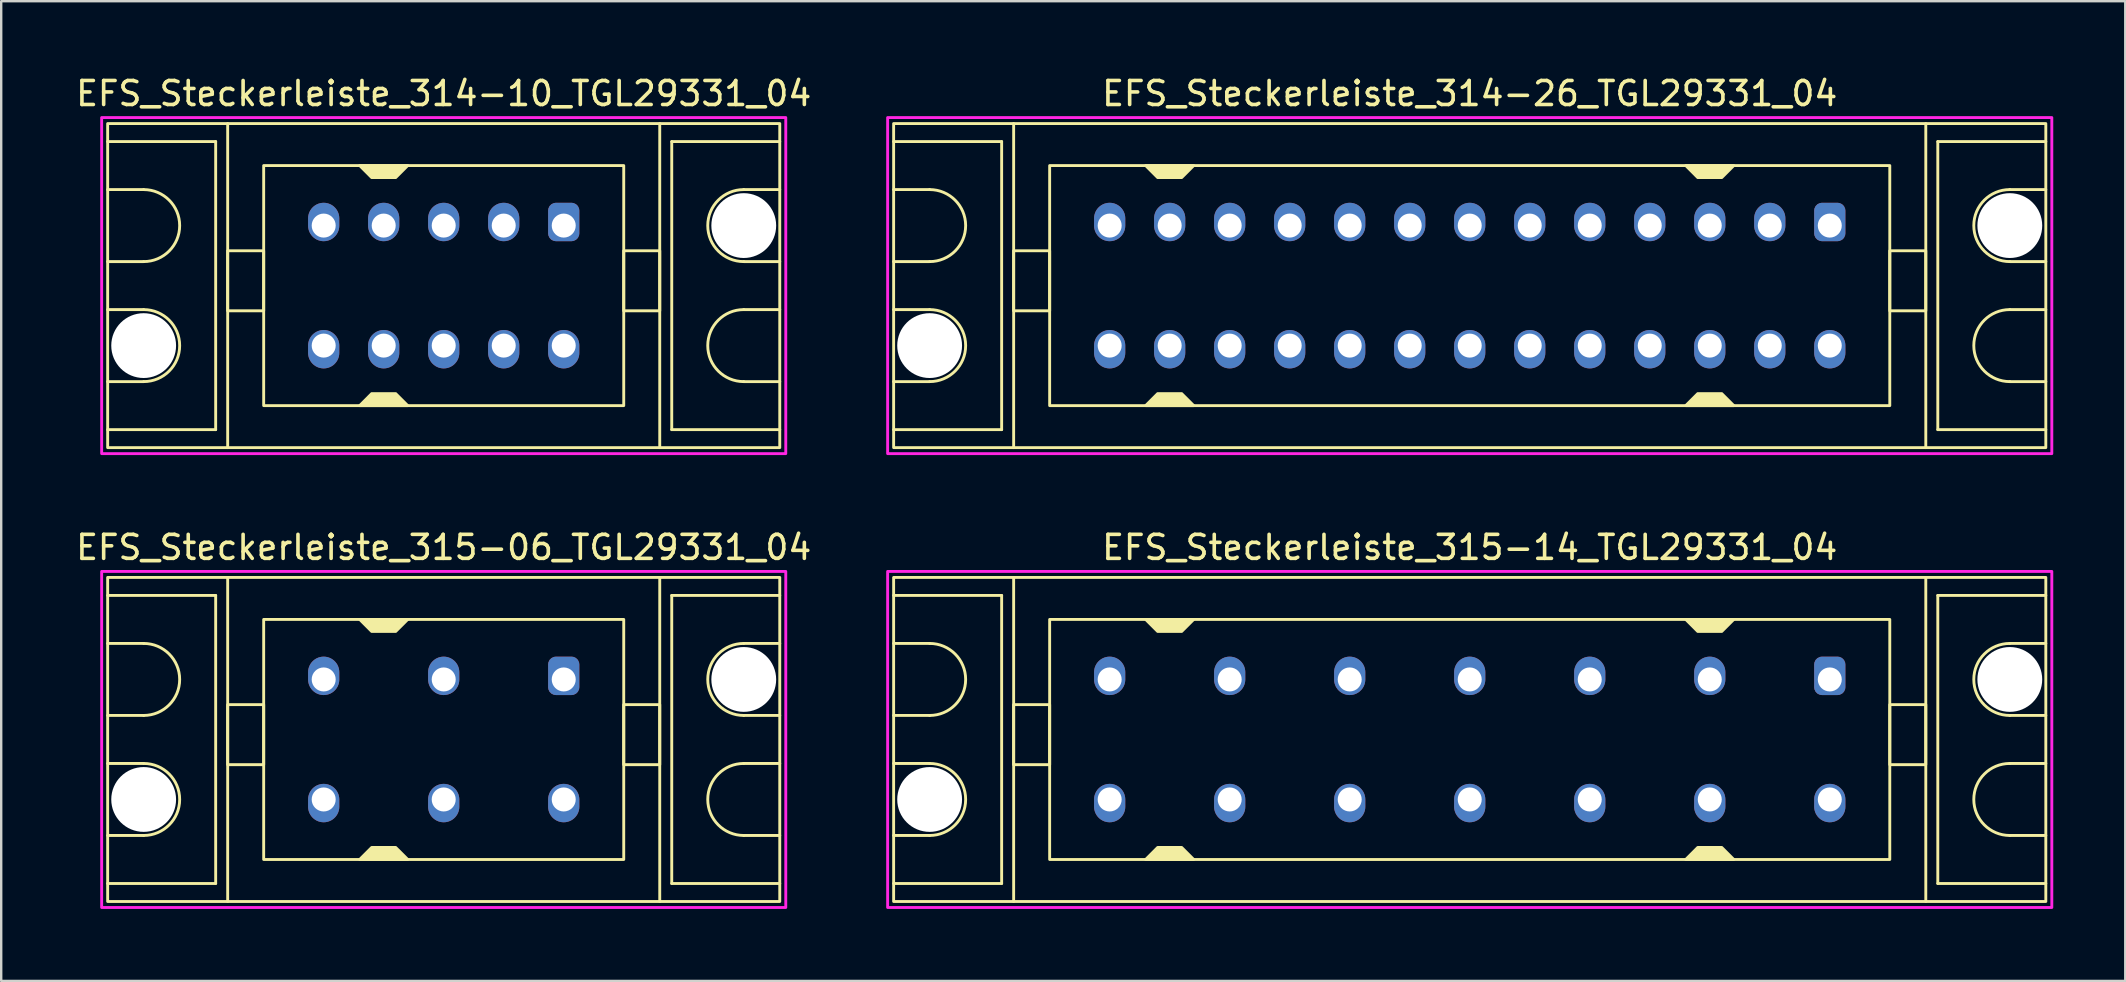
<source format=kicad_pcb>
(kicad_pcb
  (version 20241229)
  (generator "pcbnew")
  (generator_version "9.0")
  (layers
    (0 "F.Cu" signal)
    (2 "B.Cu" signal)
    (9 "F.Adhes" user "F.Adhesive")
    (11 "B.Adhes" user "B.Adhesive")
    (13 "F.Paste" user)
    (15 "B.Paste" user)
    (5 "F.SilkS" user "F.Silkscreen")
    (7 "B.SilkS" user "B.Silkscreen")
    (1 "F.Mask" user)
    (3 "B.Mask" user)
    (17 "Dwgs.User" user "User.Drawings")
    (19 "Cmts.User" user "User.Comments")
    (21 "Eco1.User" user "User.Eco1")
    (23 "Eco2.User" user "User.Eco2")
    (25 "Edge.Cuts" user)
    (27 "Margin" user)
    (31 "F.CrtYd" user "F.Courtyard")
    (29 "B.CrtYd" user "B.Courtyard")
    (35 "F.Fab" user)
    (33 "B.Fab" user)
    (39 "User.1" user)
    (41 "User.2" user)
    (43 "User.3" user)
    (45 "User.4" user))
  (footprint "EFS_Steckerleiste_315-06_TGL29331_04"
    (layer "F.Cu")
    (at 15.435 27.756)
    (property "Reference" "EFS_Steckerleiste_315-06_TGL29331_04" (at 0 -8 180) (layer "F.SilkS") (effects (font (size 1 1) (thickness 0.15))))
    (attr through_hole)
    (fp_line (start -14 -6) (end -9.5 -6) (stroke (width 0.12) (type solid)) (layer "F.SilkS"))
    (fp_line (start -12.5 -4) (end -14 -4) (stroke (width 0.12) (type solid)) (layer "F.SilkS"))
    (fp_line (start -12.5 -1) (end -14 -1) (stroke (width 0.12) (type solid)) (layer "F.SilkS"))
    (fp_line (start -12.5 1) (end -14 1) (stroke (width 0.12) (type solid)) (layer "F.SilkS"))
    (fp_line (start -12.5 4) (end -14 4) (stroke (width 0.12) (type solid)) (layer "F.SilkS"))
    (fp_line (start -9.5 -6) (end -9.5 6) (stroke (width 0.12) (type solid)) (layer "F.SilkS"))
    (fp_line (start -9.5 6) (end -14 6) (stroke (width 0.12) (type solid)) (layer "F.SilkS"))
    (fp_line (start -9 6.75) (end -9 -6.75) (stroke (width 0.12) (type solid)) (layer "F.SilkS"))
    (fp_line (start 9 6.75) (end 9 -6.75) (stroke (width 0.12) (type solid)) (layer "F.SilkS"))
    (fp_line (start 9.5 -6) (end 9.5 6) (stroke (width 0.12) (type solid)) (layer "F.SilkS"))
    (fp_line (start 9.5 6) (end 14 6) (stroke (width 0.12) (type solid)) (layer "F.SilkS"))
    (fp_line (start 12.5 -4) (end 14 -4) (stroke (width 0.12) (type solid)) (layer "F.SilkS"))
    (fp_line (start 12.5 -1) (end 14 -1) (stroke (width 0.12) (type solid)) (layer "F.SilkS"))
    (fp_line (start 12.5 1) (end 14 1) (stroke (width 0.12) (type solid)) (layer "F.SilkS"))
    (fp_line (start 12.5 4) (end 14 4) (stroke (width 0.12) (type solid)) (layer "F.SilkS"))
    (fp_line (start 14 -6) (end 9.5 -6) (stroke (width 0.12) (type solid)) (layer "F.SilkS"))
    (fp_rect (start -14 -6.75) (end 14 6.75) (stroke (width 0.12) (type solid)) (fill no) (layer "F.SilkS"))
    (fp_rect (start -7.5 -5) (end 7.5 5) (stroke (width 0.12) (type solid)) (fill no) (layer "F.SilkS"))
    (fp_rect (start -7.5 -1.45) (end -9 1.05) (stroke (width 0.12) (type solid)) (fill no) (layer "F.SilkS"))
    (fp_rect (start 9 -1.45) (end 7.5 1.05) (stroke (width 0.12) (type solid)) (fill no) (layer "F.SilkS"))
    (fp_arc (start -12.5 -4) (mid -11 -2.5) (end -12.5 -1) (stroke (width 0.12) (type solid)) (layer "F.SilkS"))
    (fp_arc (start -12.5 1) (mid -11 2.5) (end -12.5 4) (stroke (width 0.12) (type solid)) (layer "F.SilkS"))
    (fp_arc (start 12.5 -1) (mid 11 -2.5) (end 12.5 -4) (stroke (width 0.12) (type solid)) (layer "F.SilkS"))
    (fp_arc (start 12.5 4) (mid 11 2.5) (end 12.5 1) (stroke (width 0.12) (type solid)) (layer "F.SilkS"))
    (fp_poly (pts (xy -3 4.5) (xy -2 4.5) (xy -1.5 5) (xy -3.5 5)) (stroke (width 0.12) (type solid)) (fill yes) (layer "F.SilkS"))
    (fp_poly (pts (xy -2 -4.5) (xy -3 -4.5) (xy -3.5 -5) (xy -1.5 -5)) (stroke (width 0.12) (type solid)) (fill yes) (layer "F.SilkS"))
    (fp_rect (start -14.25 -7) (end 14.25 7) (stroke (width 0.12) (type solid)) (fill no) (layer "F.CrtYd"))
    (pad "" np_thru_hole circle (at -12.5 2.5) (size 2.7 2.7) (drill 2.7) (layers "*.Cu" "*.Mask"))
    (pad "" np_thru_hole circle (at 12.5 -2.5) (size 2.7 2.7) (drill 2.7) (layers "*.Cu" "*.Mask"))
    (pad "1a" thru_hole roundrect (at 5 -2.5) (size 1.3 1.6) (drill 1 (offset 0 -0.15)) (layers "*.Cu" "*.Mask") (roundrect_rratio 0.25))
    (pad "1c" thru_hole oval (at 5 2.5) (size 1.3 1.6) (drill 1 (offset 0 0.15)) (layers "*.Cu" "*.Mask"))
    (pad "2a" thru_hole oval (at 0 -2.5) (size 1.3 1.6) (drill 1 (offset 0 -0.15)) (layers "*.Cu" "*.Mask"))
    (pad "2c" thru_hole oval (at 0 2.5) (size 1.3 1.6) (drill 1 (offset 0 0.15)) (layers "*.Cu" "*.Mask"))
    (pad "3a" thru_hole oval (at -5 -2.5) (size 1.3 1.6) (drill 1 (offset 0 -0.15)) (layers "*.Cu" "*.Mask"))
    (pad "3c" thru_hole oval (at -5 2.5) (size 1.3 1.6) (drill 1 (offset 0 0.15)) (layers "*.Cu" "*.Mask")))
  (footprint "EFS_Steckerleiste_314-10_TGL29331_04"
    (layer "F.Cu")
    (at 15.435 8.848)
    (property "Reference" "EFS_Steckerleiste_314-10_TGL29331_04" (at 0 -8 180) (layer "F.SilkS") (effects (font (size 1 1) (thickness 0.15))))
    (attr through_hole)
    (fp_line (start -14 -6) (end -9.5 -6) (stroke (width 0.12) (type solid)) (layer "F.SilkS"))
    (fp_line (start -12.5 -4) (end -14 -4) (stroke (width 0.12) (type solid)) (layer "F.SilkS"))
    (fp_line (start -12.5 -1) (end -14 -1) (stroke (width 0.12) (type solid)) (layer "F.SilkS"))
    (fp_line (start -12.5 1) (end -14 1) (stroke (width 0.12) (type solid)) (layer "F.SilkS"))
    (fp_line (start -12.5 4) (end -14 4) (stroke (width 0.12) (type solid)) (layer "F.SilkS"))
    (fp_line (start -9.5 -6) (end -9.5 6) (stroke (width 0.12) (type solid)) (layer "F.SilkS"))
    (fp_line (start -9.5 6) (end -14 6) (stroke (width 0.12) (type solid)) (layer "F.SilkS"))
    (fp_line (start -9 6.75) (end -9 -6.75) (stroke (width 0.12) (type solid)) (layer "F.SilkS"))
    (fp_line (start 9 6.75) (end 9 -6.75) (stroke (width 0.12) (type solid)) (layer "F.SilkS"))
    (fp_line (start 9.5 -6) (end 9.5 6) (stroke (width 0.12) (type solid)) (layer "F.SilkS"))
    (fp_line (start 9.5 6) (end 14 6) (stroke (width 0.12) (type solid)) (layer "F.SilkS"))
    (fp_line (start 12.5 -4) (end 14 -4) (stroke (width 0.12) (type solid)) (layer "F.SilkS"))
    (fp_line (start 12.5 -1) (end 14 -1) (stroke (width 0.12) (type solid)) (layer "F.SilkS"))
    (fp_line (start 12.5 1) (end 14 1) (stroke (width 0.12) (type solid)) (layer "F.SilkS"))
    (fp_line (start 12.5 4) (end 14 4) (stroke (width 0.12) (type solid)) (layer "F.SilkS"))
    (fp_line (start 14 -6) (end 9.5 -6) (stroke (width 0.12) (type solid)) (layer "F.SilkS"))
    (fp_rect (start -14 -6.75) (end 14 6.75) (stroke (width 0.12) (type solid)) (fill no) (layer "F.SilkS"))
    (fp_rect (start -7.5 -5) (end 7.5 5) (stroke (width 0.12) (type solid)) (fill no) (layer "F.SilkS"))
    (fp_rect (start -7.5 -1.45) (end -9 1.05) (stroke (width 0.12) (type solid)) (fill no) (layer "F.SilkS"))
    (fp_rect (start 9 -1.45) (end 7.5 1.05) (stroke (width 0.12) (type solid)) (fill no) (layer "F.SilkS"))
    (fp_arc (start -12.5 -4) (mid -11 -2.5) (end -12.5 -1) (stroke (width 0.12) (type solid)) (layer "F.SilkS"))
    (fp_arc (start -12.5 1) (mid -11 2.5) (end -12.5 4) (stroke (width 0.12) (type solid)) (layer "F.SilkS"))
    (fp_arc (start 12.5 -1) (mid 11 -2.5) (end 12.5 -4) (stroke (width 0.12) (type solid)) (layer "F.SilkS"))
    (fp_arc (start 12.5 4) (mid 11 2.5) (end 12.5 1) (stroke (width 0.12) (type solid)) (layer "F.SilkS"))
    (fp_poly (pts (xy -3 4.5) (xy -2 4.5) (xy -1.5 5) (xy -3.5 5)) (stroke (width 0.12) (type solid)) (fill yes) (layer "F.SilkS"))
    (fp_poly (pts (xy -2 -4.5) (xy -3 -4.5) (xy -3.5 -5) (xy -1.5 -5)) (stroke (width 0.12) (type solid)) (fill yes) (layer "F.SilkS"))
    (fp_rect (start -14.25 -7) (end 14.25 7) (stroke (width 0.12) (type solid)) (fill no) (layer "F.CrtYd"))
    (pad "" np_thru_hole circle (at -12.5 2.5) (size 2.7 2.7) (drill 2.7) (layers "*.Cu" "*.Mask"))
    (pad "" np_thru_hole circle (at 12.5 -2.5) (size 2.7 2.7) (drill 2.7) (layers "*.Cu" "*.Mask"))
    (pad "1a" thru_hole roundrect (at 5 -2.5) (size 1.3 1.6) (drill 1 (offset 0 -0.15)) (layers "*.Cu" "*.Mask") (roundrect_rratio 0.25))
    (pad "1c" thru_hole oval (at 5 2.5) (size 1.3 1.6) (drill 1 (offset 0 0.15)) (layers "*.Cu" "*.Mask"))
    (pad "2a" thru_hole oval (at 2.5 -2.5) (size 1.3 1.6) (drill 1 (offset 0 -0.15)) (layers "*.Cu" "*.Mask"))
    (pad "2c" thru_hole oval (at 2.5 2.5) (size 1.3 1.6) (drill 1 (offset 0 0.15)) (layers "*.Cu" "*.Mask"))
    (pad "3a" thru_hole oval (at 0 -2.5) (size 1.3 1.6) (drill 1 (offset 0 -0.15)) (layers "*.Cu" "*.Mask"))
    (pad "3c" thru_hole oval (at 0 2.5) (size 1.3 1.6) (drill 1 (offset 0 0.15)) (layers "*.Cu" "*.Mask"))
    (pad "4a" thru_hole oval (at -2.5 -2.5) (size 1.3 1.6) (drill 1 (offset 0 -0.15)) (layers "*.Cu" "*.Mask"))
    (pad "4c" thru_hole oval (at -2.5 2.5) (size 1.3 1.6) (drill 1 (offset 0 0.15)) (layers "*.Cu" "*.Mask"))
    (pad "5a" thru_hole oval (at -5 -2.5) (size 1.3 1.6) (drill 1 (offset 0 -0.15)) (layers "*.Cu" "*.Mask"))
    (pad "5c" thru_hole oval (at -5 2.5) (size 1.3 1.6) (drill 1 (offset 0 0.15)) (layers "*.Cu" "*.Mask")))
  (footprint "EFS_Steckerleiste_315-14_TGL29331_04"
    (layer "F.Cu")
    (at 58.179 27.756)
    (property "Reference" "EFS_Steckerleiste_315-14_TGL29331_04" (at 0 -8 180) (layer "F.SilkS") (effects (font (size 1 1) (thickness 0.15))))
    (attr through_hole)
    (fp_line (start -24 -6) (end -19.5 -6) (stroke (width 0.12) (type solid)) (layer "F.SilkS"))
    (fp_line (start -22.5 -4) (end -24 -4) (stroke (width 0.12) (type solid)) (layer "F.SilkS"))
    (fp_line (start -22.5 -1) (end -24 -1) (stroke (width 0.12) (type solid)) (layer "F.SilkS"))
    (fp_line (start -22.5 1) (end -24 1) (stroke (width 0.12) (type solid)) (layer "F.SilkS"))
    (fp_line (start -22.5 4) (end -24 4) (stroke (width 0.12) (type solid)) (layer "F.SilkS"))
    (fp_line (start -19.5 -6) (end -19.5 6) (stroke (width 0.12) (type solid)) (layer "F.SilkS"))
    (fp_line (start -19.5 6) (end -24 6) (stroke (width 0.12) (type solid)) (layer "F.SilkS"))
    (fp_line (start -19 6.75) (end -19 -6.75) (stroke (width 0.12) (type solid)) (layer "F.SilkS"))
    (fp_line (start 19 6.75) (end 19 -6.75) (stroke (width 0.12) (type solid)) (layer "F.SilkS"))
    (fp_line (start 19.5 -6) (end 19.5 6) (stroke (width 0.12) (type solid)) (layer "F.SilkS"))
    (fp_line (start 19.5 6) (end 24 6) (stroke (width 0.12) (type solid)) (layer "F.SilkS"))
    (fp_line (start 22.5 -4) (end 24 -4) (stroke (width 0.12) (type solid)) (layer "F.SilkS"))
    (fp_line (start 22.5 -1) (end 24 -1) (stroke (width 0.12) (type solid)) (layer "F.SilkS"))
    (fp_line (start 22.5 1) (end 24 1) (stroke (width 0.12) (type solid)) (layer "F.SilkS"))
    (fp_line (start 22.5 4) (end 24 4) (stroke (width 0.12) (type solid)) (layer "F.SilkS"))
    (fp_line (start 24 -6) (end 19.5 -6) (stroke (width 0.12) (type solid)) (layer "F.SilkS"))
    (fp_rect (start -24 -6.75) (end 24 6.75) (stroke (width 0.12) (type solid)) (fill no) (layer "F.SilkS"))
    (fp_rect (start -17.5 -5) (end 17.5 5) (stroke (width 0.12) (type solid)) (fill no) (layer "F.SilkS"))
    (fp_rect (start -17.5 -1.45) (end -19 1.05) (stroke (width 0.12) (type solid)) (fill no) (layer "F.SilkS"))
    (fp_rect (start 19 -1.45) (end 17.5 1.05) (stroke (width 0.12) (type solid)) (fill no) (layer "F.SilkS"))
    (fp_arc (start -22.5 -4) (mid -21 -2.5) (end -22.5 -1) (stroke (width 0.12) (type solid)) (layer "F.SilkS"))
    (fp_arc (start -22.5 1) (mid -21 2.5) (end -22.5 4) (stroke (width 0.12) (type solid)) (layer "F.SilkS"))
    (fp_arc (start 22.5 -1) (mid 21 -2.5) (end 22.5 -4) (stroke (width 0.12) (type solid)) (layer "F.SilkS"))
    (fp_arc (start 22.5 4) (mid 21 2.5) (end 22.5 1) (stroke (width 0.12) (type solid)) (layer "F.SilkS"))
    (fp_poly (pts (xy -13 4.5) (xy -12 4.5) (xy -11.5 5) (xy -13.5 5)) (stroke (width 0.12) (type solid)) (fill yes) (layer "F.SilkS"))
    (fp_poly (pts (xy -12 -4.5) (xy -13 -4.5) (xy -13.5 -5) (xy -11.5 -5)) (stroke (width 0.12) (type solid)) (fill yes) (layer "F.SilkS"))
    (fp_poly (pts (xy 9.5 4.5) (xy 10.5 4.5) (xy 11 5) (xy 9 5)) (stroke (width 0.12) (type solid)) (fill yes) (layer "F.SilkS"))
    (fp_poly (pts (xy 10.5 -4.5) (xy 9.5 -4.5) (xy 9 -5) (xy 11 -5)) (stroke (width 0.12) (type solid)) (fill yes) (layer "F.SilkS"))
    (fp_rect (start -24.25 -7) (end 24.25 7) (stroke (width 0.12) (type solid)) (fill no) (layer "F.CrtYd"))
    (pad "" np_thru_hole circle (at -22.5 2.5) (size 2.7 2.7) (drill 2.7) (layers "*.Cu" "*.Mask"))
    (pad "" np_thru_hole circle (at 22.5 -2.5) (size 2.7 2.7) (drill 2.7) (layers "*.Cu" "*.Mask"))
    (pad "1a" thru_hole roundrect (at 15 -2.5) (size 1.3 1.6) (drill 1 (offset 0 -0.15)) (layers "*.Cu" "*.Mask") (roundrect_rratio 0.25))
    (pad "1c" thru_hole oval (at 15 2.5) (size 1.3 1.6) (drill 1 (offset 0 0.15)) (layers "*.Cu" "*.Mask"))
    (pad "2a" thru_hole oval (at 10 -2.5) (size 1.3 1.6) (drill 1 (offset 0 -0.15)) (layers "*.Cu" "*.Mask"))
    (pad "2c" thru_hole oval (at 10 2.5) (size 1.3 1.6) (drill 1 (offset 0 0.15)) (layers "*.Cu" "*.Mask"))
    (pad "3a" thru_hole oval (at 5 -2.5) (size 1.3 1.6) (drill 1 (offset 0 -0.15)) (layers "*.Cu" "*.Mask"))
    (pad "3c" thru_hole oval (at 5 2.5) (size 1.3 1.6) (drill 1 (offset 0 0.15)) (layers "*.Cu" "*.Mask"))
    (pad "4a" thru_hole oval (at 0 -2.5) (size 1.3 1.6) (drill 1 (offset 0 -0.15)) (layers "*.Cu" "*.Mask"))
    (pad "4c" thru_hole oval (at 0 2.5) (size 1.3 1.6) (drill 1 (offset 0 0.15)) (layers "*.Cu" "*.Mask"))
    (pad "5a" thru_hole oval (at -5 -2.5) (size 1.3 1.6) (drill 1 (offset 0 -0.15)) (layers "*.Cu" "*.Mask"))
    (pad "5c" thru_hole oval (at -5 2.5) (size 1.3 1.6) (drill 1 (offset 0 0.15)) (layers "*.Cu" "*.Mask"))
    (pad "6a" thru_hole oval (at -10 -2.5) (size 1.3 1.6) (drill 1 (offset 0 -0.15)) (layers "*.Cu" "*.Mask"))
    (pad "6c" thru_hole oval (at -10 2.5) (size 1.3 1.6) (drill 1 (offset 0 0.15)) (layers "*.Cu" "*.Mask"))
    (pad "7a" thru_hole oval (at -15 -2.5) (size 1.3 1.6) (drill 1 (offset 0 -0.15)) (layers "*.Cu" "*.Mask"))
    (pad "7c" thru_hole oval (at -15 2.5) (size 1.3 1.6) (drill 1 (offset 0 0.15)) (layers "*.Cu" "*.Mask")))
  (footprint "EFS_Steckerleiste_314-26_TGL29331_04"
    (layer "F.Cu")
    (at 58.179 8.848)
    (property "Reference" "EFS_Steckerleiste_314-26_TGL29331_04" (at 0 -8 180) (layer "F.SilkS") (effects (font (size 1 1) (thickness 0.15))))
    (attr through_hole)
    (fp_line (start -24 -6) (end -19.5 -6) (stroke (width 0.12) (type solid)) (layer "F.SilkS"))
    (fp_line (start -22.5 -4) (end -24 -4) (stroke (width 0.12) (type solid)) (layer "F.SilkS"))
    (fp_line (start -22.5 -1) (end -24 -1) (stroke (width 0.12) (type solid)) (layer "F.SilkS"))
    (fp_line (start -22.5 1) (end -24 1) (stroke (width 0.12) (type solid)) (layer "F.SilkS"))
    (fp_line (start -22.5 4) (end -24 4) (stroke (width 0.12) (type solid)) (layer "F.SilkS"))
    (fp_line (start -19.5 -6) (end -19.5 6) (stroke (width 0.12) (type solid)) (layer "F.SilkS"))
    (fp_line (start -19.5 6) (end -24 6) (stroke (width 0.12) (type solid)) (layer "F.SilkS"))
    (fp_line (start -19 6.75) (end -19 -6.75) (stroke (width 0.12) (type solid)) (layer "F.SilkS"))
    (fp_line (start 19 6.75) (end 19 -6.75) (stroke (width 0.12) (type solid)) (layer "F.SilkS"))
    (fp_line (start 19.5 -6) (end 19.5 6) (stroke (width 0.12) (type solid)) (layer "F.SilkS"))
    (fp_line (start 19.5 6) (end 24 6) (stroke (width 0.12) (type solid)) (layer "F.SilkS"))
    (fp_line (start 22.5 -4) (end 24 -4) (stroke (width 0.12) (type solid)) (layer "F.SilkS"))
    (fp_line (start 22.5 -1) (end 24 -1) (stroke (width 0.12) (type solid)) (layer "F.SilkS"))
    (fp_line (start 22.5 1) (end 24 1) (stroke (width 0.12) (type solid)) (layer "F.SilkS"))
    (fp_line (start 22.5 4) (end 24 4) (stroke (width 0.12) (type solid)) (layer "F.SilkS"))
    (fp_line (start 24 -6) (end 19.5 -6) (stroke (width 0.12) (type solid)) (layer "F.SilkS"))
    (fp_rect (start -24 -6.75) (end 24 6.75) (stroke (width 0.12) (type solid)) (fill no) (layer "F.SilkS"))
    (fp_rect (start -17.5 -5) (end 17.5 5) (stroke (width 0.12) (type solid)) (fill no) (layer "F.SilkS"))
    (fp_rect (start -17.5 -1.45) (end -19 1.05) (stroke (width 0.12) (type solid)) (fill no) (layer "F.SilkS"))
    (fp_rect (start 19 -1.45) (end 17.5 1.05) (stroke (width 0.12) (type solid)) (fill no) (layer "F.SilkS"))
    (fp_arc (start -22.5 -4) (mid -21 -2.5) (end -22.5 -1) (stroke (width 0.12) (type solid)) (layer "F.SilkS"))
    (fp_arc (start -22.5 1) (mid -21 2.5) (end -22.5 4) (stroke (width 0.12) (type solid)) (layer "F.SilkS"))
    (fp_arc (start 22.5 -1) (mid 21 -2.5) (end 22.5 -4) (stroke (width 0.12) (type solid)) (layer "F.SilkS"))
    (fp_arc (start 22.5 4) (mid 21 2.5) (end 22.5 1) (stroke (width 0.12) (type solid)) (layer "F.SilkS"))
    (fp_poly (pts (xy -13 4.5) (xy -12 4.5) (xy -11.5 5) (xy -13.5 5)) (stroke (width 0.12) (type solid)) (fill yes) (layer "F.SilkS"))
    (fp_poly (pts (xy -12 -4.5) (xy -13 -4.5) (xy -13.5 -5) (xy -11.5 -5)) (stroke (width 0.12) (type solid)) (fill yes) (layer "F.SilkS"))
    (fp_poly (pts (xy 9.5 4.5) (xy 10.5 4.5) (xy 11 5) (xy 9 5)) (stroke (width 0.12) (type solid)) (fill yes) (layer "F.SilkS"))
    (fp_poly (pts (xy 10.5 -4.5) (xy 9.5 -4.5) (xy 9 -5) (xy 11 -5)) (stroke (width 0.12) (type solid)) (fill yes) (layer "F.SilkS"))
    (fp_rect (start -24.25 -7) (end 24.25 7) (stroke (width 0.12) (type solid)) (fill no) (layer "F.CrtYd"))
    (pad "" np_thru_hole circle (at -22.5 2.5) (size 2.7 2.7) (drill 2.7) (layers "*.Cu" "*.Mask"))
    (pad "" np_thru_hole circle (at 22.5 -2.5) (size 2.7 2.7) (drill 2.7) (layers "*.Cu" "*.Mask"))
    (pad "1a" thru_hole roundrect (at 15 -2.5) (size 1.3 1.6) (drill 1 (offset 0 -0.15)) (layers "*.Cu" "*.Mask") (roundrect_rratio 0.25))
    (pad "1c" thru_hole oval (at 15 2.5) (size 1.3 1.6) (drill 1 (offset 0 0.15)) (layers "*.Cu" "*.Mask"))
    (pad "2a" thru_hole oval (at 12.5 -2.5) (size 1.3 1.6) (drill 1 (offset 0 -0.15)) (layers "*.Cu" "*.Mask"))
    (pad "2c" thru_hole oval (at 12.5 2.5) (size 1.3 1.6) (drill 1 (offset 0 0.15)) (layers "*.Cu" "*.Mask"))
    (pad "3a" thru_hole oval (at 10 -2.5) (size 1.3 1.6) (drill 1 (offset 0 -0.15)) (layers "*.Cu" "*.Mask"))
    (pad "3c" thru_hole oval (at 10 2.5) (size 1.3 1.6) (drill 1 (offset 0 0.15)) (layers "*.Cu" "*.Mask"))
    (pad "4a" thru_hole oval (at 7.5 -2.5) (size 1.3 1.6) (drill 1 (offset 0 -0.15)) (layers "*.Cu" "*.Mask"))
    (pad "4c" thru_hole oval (at 7.5 2.5) (size 1.3 1.6) (drill 1 (offset 0 0.15)) (layers "*.Cu" "*.Mask"))
    (pad "5a" thru_hole oval (at 5 -2.5) (size 1.3 1.6) (drill 1 (offset 0 -0.15)) (layers "*.Cu" "*.Mask"))
    (pad "5c" thru_hole oval (at 5 2.5) (size 1.3 1.6) (drill 1 (offset 0 0.15)) (layers "*.Cu" "*.Mask"))
    (pad "6a" thru_hole oval (at 2.5 -2.5) (size 1.3 1.6) (drill 1 (offset 0 -0.15)) (layers "*.Cu" "*.Mask"))
    (pad "6c" thru_hole oval (at 2.5 2.5) (size 1.3 1.6) (drill 1 (offset 0 0.15)) (layers "*.Cu" "*.Mask"))
    (pad "7a" thru_hole oval (at 0 -2.5) (size 1.3 1.6) (drill 1 (offset 0 -0.15)) (layers "*.Cu" "*.Mask"))
    (pad "7c" thru_hole oval (at 0 2.5) (size 1.3 1.6) (drill 1 (offset 0 0.15)) (layers "*.Cu" "*.Mask"))
    (pad "8a" thru_hole oval (at -2.5 -2.5) (size 1.3 1.6) (drill 1 (offset 0 -0.15)) (layers "*.Cu" "*.Mask"))
    (pad "8c" thru_hole oval (at -2.5 2.5) (size 1.3 1.6) (drill 1 (offset 0 0.15)) (layers "*.Cu" "*.Mask"))
    (pad "9a" thru_hole oval (at -5 -2.5) (size 1.3 1.6) (drill 1 (offset 0 -0.15)) (layers "*.Cu" "*.Mask"))
    (pad "9c" thru_hole oval (at -5 2.5) (size 1.3 1.6) (drill 1 (offset 0 0.15)) (layers "*.Cu" "*.Mask"))
    (pad "10a" thru_hole oval (at -7.5 -2.5) (size 1.3 1.6) (drill 1 (offset 0 -0.15)) (layers "*.Cu" "*.Mask"))
    (pad "10c" thru_hole oval (at -7.5 2.5) (size 1.3 1.6) (drill 1 (offset 0 0.15)) (layers "*.Cu" "*.Mask"))
    (pad "11a" thru_hole oval (at -10 -2.5) (size 1.3 1.6) (drill 1 (offset 0 -0.15)) (layers "*.Cu" "*.Mask"))
    (pad "11c" thru_hole oval (at -10 2.5) (size 1.3 1.6) (drill 1 (offset 0 0.15)) (layers "*.Cu" "*.Mask"))
    (pad "12a" thru_hole oval (at -12.5 -2.5) (size 1.3 1.6) (drill 1 (offset 0 -0.15)) (layers "*.Cu" "*.Mask"))
    (pad "12c" thru_hole oval (at -12.5 2.5) (size 1.3 1.6) (drill 1 (offset 0 0.15)) (layers "*.Cu" "*.Mask"))
    (pad "13a" thru_hole oval (at -15 -2.5) (size 1.3 1.6) (drill 1 (offset 0 -0.15)) (layers "*.Cu" "*.Mask"))
    (pad "13c" thru_hole oval (at -15 2.5) (size 1.3 1.6) (drill 1 (offset 0 0.15)) (layers "*.Cu" "*.Mask")))
  (gr_rect
    (start -3 -3)
    (end 85.489 37.816)
    (stroke (width 0.1) (type default))
    (fill no)
    (layer "Edge.Cuts")))
</source>
